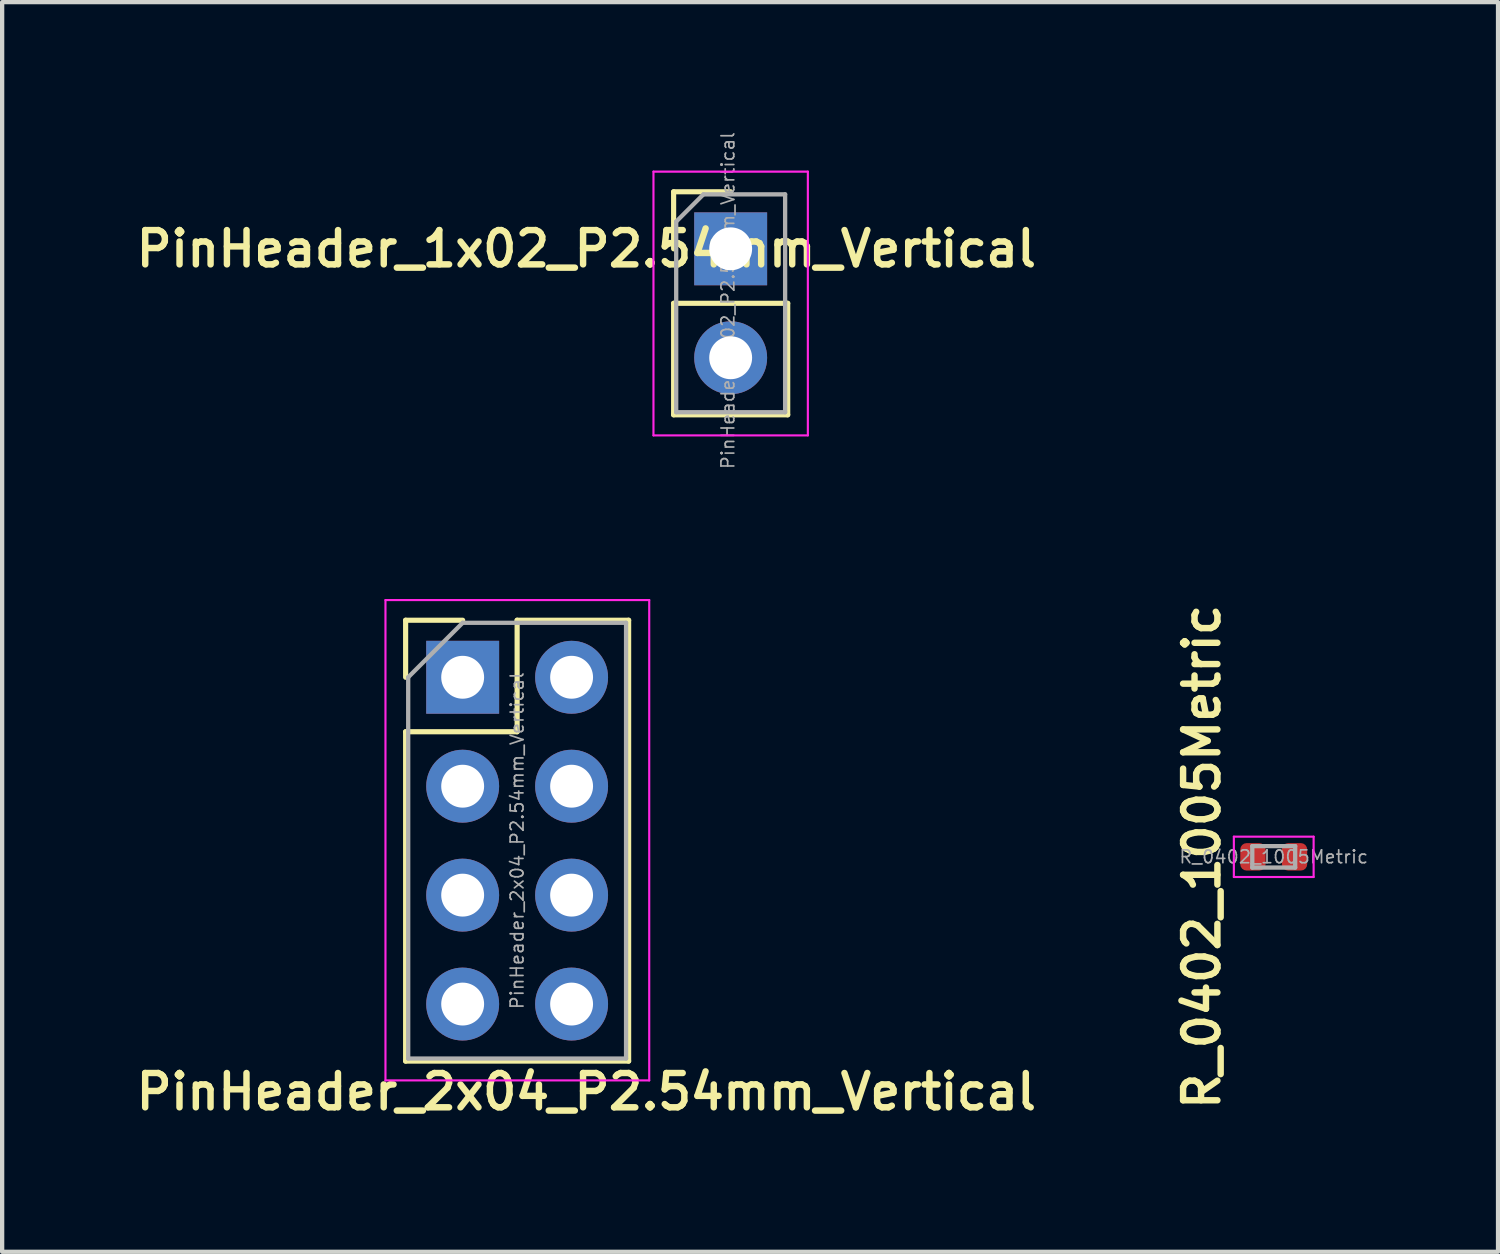
<source format=kicad_pcb>
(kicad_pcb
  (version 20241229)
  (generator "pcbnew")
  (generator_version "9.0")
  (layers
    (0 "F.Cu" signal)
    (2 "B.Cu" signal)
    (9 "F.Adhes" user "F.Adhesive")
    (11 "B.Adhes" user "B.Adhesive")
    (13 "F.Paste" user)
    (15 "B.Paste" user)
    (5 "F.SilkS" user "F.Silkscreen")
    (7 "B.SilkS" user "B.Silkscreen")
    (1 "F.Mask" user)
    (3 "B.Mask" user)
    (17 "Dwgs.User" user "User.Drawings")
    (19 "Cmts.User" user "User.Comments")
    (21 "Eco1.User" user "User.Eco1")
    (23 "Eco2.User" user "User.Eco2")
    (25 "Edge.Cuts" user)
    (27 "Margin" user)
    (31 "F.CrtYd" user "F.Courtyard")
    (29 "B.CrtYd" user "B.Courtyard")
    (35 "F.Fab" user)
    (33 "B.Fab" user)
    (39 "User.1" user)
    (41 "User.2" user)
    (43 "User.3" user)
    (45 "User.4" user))
  (footprint "R_0402_1005Metric"
    (layer "F.Cu")
    (at 26.65 16.929)
    (property "Reference" "R_0402_1005Metric" (at -1.676 0 270) (layer "F.SilkS") (effects (font (size 0.8 0.8) (thickness 0.15))))
    (attr smd)
    (fp_line (start -0.93 -0.47) (end 0.93 -0.47) (stroke (width 0.05) (type solid)) (layer "F.CrtYd"))
    (fp_line (start -0.93 0.47) (end -0.93 -0.47) (stroke (width 0.05) (type solid)) (layer "F.CrtYd"))
    (fp_line (start 0.93 -0.47) (end 0.93 0.47) (stroke (width 0.05) (type solid)) (layer "F.CrtYd"))
    (fp_line (start 0.93 0.47) (end -0.93 0.47) (stroke (width 0.05) (type solid)) (layer "F.CrtYd"))
    (fp_line (start -0.5 -0.25) (end 0.5 -0.25) (stroke (width 0.1) (type solid)) (layer "F.Fab"))
    (fp_line (start -0.5 0.25) (end -0.5 -0.25) (stroke (width 0.1) (type solid)) (layer "F.Fab"))
    (fp_line (start 0.5 -0.25) (end 0.5 0.25) (stroke (width 0.1) (type solid)) (layer "F.Fab"))
    (fp_line (start 0.5 0.25) (end -0.5 0.25) (stroke (width 0.1) (type solid)) (layer "F.Fab"))
    (fp_text user "${REFERENCE}" (at 0 0 180) (layer "F.Fab") (effects (font (size 0.3 0.3) (thickness 0.04))))
    (pad "1" smd roundrect (at -0.485 0) (size 0.59 0.64) (layers "F.Cu" "F.Mask" "F.Paste") (roundrect_rratio 0.25))
    (pad "2" smd roundrect (at 0.485 0) (size 0.59 0.64) (layers "F.Cu" "F.Mask" "F.Paste") (roundrect_rratio 0.25)))
  (footprint "PinHeader_1x02_P2.54mm_Vertical"
    (layer "F.Cu")
    (at 13.987 2.752)
    (property "Reference" "PinHeader_1x02_P2.54mm_Vertical" (at -3.365 0 0) (layer "F.SilkS") (effects (font (size 0.8 0.8) (thickness 0.15))))
    (attr through_hole)
    (fp_line (start -1.33 -1.33) (end 0 -1.33) (stroke (width 0.12) (type solid)) (layer "F.SilkS"))
    (fp_line (start -1.33 0) (end -1.33 -1.33) (stroke (width 0.12) (type solid)) (layer "F.SilkS"))
    (fp_line (start -1.33 1.27) (end -1.33 3.87) (stroke (width 0.12) (type solid)) (layer "F.SilkS"))
    (fp_line (start -1.33 1.27) (end 1.33 1.27) (stroke (width 0.12) (type solid)) (layer "F.SilkS"))
    (fp_line (start -1.33 3.87) (end 1.33 3.87) (stroke (width 0.12) (type solid)) (layer "F.SilkS"))
    (fp_line (start 1.33 1.27) (end 1.33 3.87) (stroke (width 0.12) (type solid)) (layer "F.SilkS"))
    (fp_line (start -1.8 -1.8) (end -1.8 4.35) (stroke (width 0.05) (type solid)) (layer "F.CrtYd"))
    (fp_line (start -1.8 4.35) (end 1.8 4.35) (stroke (width 0.05) (type solid)) (layer "F.CrtYd"))
    (fp_line (start 1.8 -1.8) (end -1.8 -1.8) (stroke (width 0.05) (type solid)) (layer "F.CrtYd"))
    (fp_line (start 1.8 4.35) (end 1.8 -1.8) (stroke (width 0.05) (type solid)) (layer "F.CrtYd"))
    (fp_line (start -1.27 -0.635) (end -0.635 -1.27) (stroke (width 0.1) (type solid)) (layer "F.Fab"))
    (fp_line (start -1.27 3.81) (end -1.27 -0.635) (stroke (width 0.1) (type solid)) (layer "F.Fab"))
    (fp_line (start -0.635 -1.27) (end 1.27 -1.27) (stroke (width 0.1) (type solid)) (layer "F.Fab"))
    (fp_line (start 1.27 -1.27) (end 1.27 3.81) (stroke (width 0.1) (type solid)) (layer "F.Fab"))
    (fp_line (start 1.27 3.81) (end -1.27 3.81) (stroke (width 0.1) (type solid)) (layer "F.Fab"))
    (fp_text user "${REFERENCE}" (at -0.064 1.206 270) (layer "F.Fab") (effects (font (size 0.3 0.3) (thickness 0.04))))
    (pad "1" thru_hole rect (at 0 0) (size 1.7 1.7) (drill 1) (layers "*.Cu" "*.Mask"))
    (pad "2" thru_hole oval (at 0 2.54) (size 1.7 1.7) (drill 1) (layers "*.Cu" "*.Mask")))
  (footprint "PinHeader_2x04_P2.54mm_Vertical"
    (layer "F.Cu")
    (at 7.738 12.742)
    (property "Reference" "PinHeader_2x04_P2.54mm_Vertical" (at 2.883 9.665 180) (layer "F.SilkS") (effects (font (size 0.8 0.8) (thickness 0.15))))
    (attr through_hole)
    (fp_line (start -1.33 -1.33) (end 0 -1.33) (stroke (width 0.12) (type solid)) (layer "F.SilkS"))
    (fp_line (start -1.33 0) (end -1.33 -1.33) (stroke (width 0.12) (type solid)) (layer "F.SilkS"))
    (fp_line (start -1.33 1.27) (end -1.33 8.95) (stroke (width 0.12) (type solid)) (layer "F.SilkS"))
    (fp_line (start -1.33 1.27) (end 1.27 1.27) (stroke (width 0.12) (type solid)) (layer "F.SilkS"))
    (fp_line (start -1.33 8.95) (end 3.87 8.95) (stroke (width 0.12) (type solid)) (layer "F.SilkS"))
    (fp_line (start 1.27 -1.33) (end 3.87 -1.33) (stroke (width 0.12) (type solid)) (layer "F.SilkS"))
    (fp_line (start 1.27 1.27) (end 1.27 -1.33) (stroke (width 0.12) (type solid)) (layer "F.SilkS"))
    (fp_line (start 3.87 -1.33) (end 3.87 8.95) (stroke (width 0.12) (type solid)) (layer "F.SilkS"))
    (fp_line (start -1.8 -1.8) (end -1.8 9.4) (stroke (width 0.05) (type solid)) (layer "F.CrtYd"))
    (fp_line (start -1.8 9.4) (end 4.35 9.4) (stroke (width 0.05) (type solid)) (layer "F.CrtYd"))
    (fp_line (start 4.35 -1.8) (end -1.8 -1.8) (stroke (width 0.05) (type solid)) (layer "F.CrtYd"))
    (fp_line (start 4.35 9.4) (end 4.35 -1.8) (stroke (width 0.05) (type solid)) (layer "F.CrtYd"))
    (fp_line (start -1.27 0) (end 0 -1.27) (stroke (width 0.1) (type solid)) (layer "F.Fab"))
    (fp_line (start -1.27 8.89) (end -1.27 0) (stroke (width 0.1) (type solid)) (layer "F.Fab"))
    (fp_line (start 0 -1.27) (end 3.81 -1.27) (stroke (width 0.1) (type solid)) (layer "F.Fab"))
    (fp_line (start 3.81 -1.27) (end 3.81 8.89) (stroke (width 0.1) (type solid)) (layer "F.Fab"))
    (fp_line (start 3.81 8.89) (end -1.27 8.89) (stroke (width 0.1) (type solid)) (layer "F.Fab"))
    (fp_text user "${REFERENCE}" (at 1.27 3.81 90) (layer "F.Fab") (effects (font (size 0.3 0.3) (thickness 0.04))))
    (pad "1" thru_hole rect (at 0 0) (size 1.7 1.7) (drill 1) (layers "*.Cu" "*.Mask"))
    (pad "2" thru_hole oval (at 2.54 0) (size 1.7 1.7) (drill 1) (layers "*.Cu" "*.Mask"))
    (pad "3" thru_hole oval (at 0 2.54) (size 1.7 1.7) (drill 1) (layers "*.Cu" "*.Mask"))
    (pad "4" thru_hole oval (at 2.54 2.54) (size 1.7 1.7) (drill 1) (layers "*.Cu" "*.Mask"))
    (pad "5" thru_hole oval (at 0 5.08) (size 1.7 1.7) (drill 1) (layers "*.Cu" "*.Mask"))
    (pad "6" thru_hole oval (at 2.54 5.08) (size 1.7 1.7) (drill 1) (layers "*.Cu" "*.Mask"))
    (pad "7" thru_hole oval (at 0 7.62) (size 1.7 1.7) (drill 1) (layers "*.Cu" "*.Mask"))
    (pad "8" thru_hole oval (at 2.54 7.62) (size 1.7 1.7) (drill 1) (layers "*.Cu" "*.Mask")))
  (gr_rect
    (start -3 -3)
    (end 31.88 26.138)
    (stroke (width 0.1) (type default))
    (fill no)
    (layer "Edge.Cuts")))
</source>
